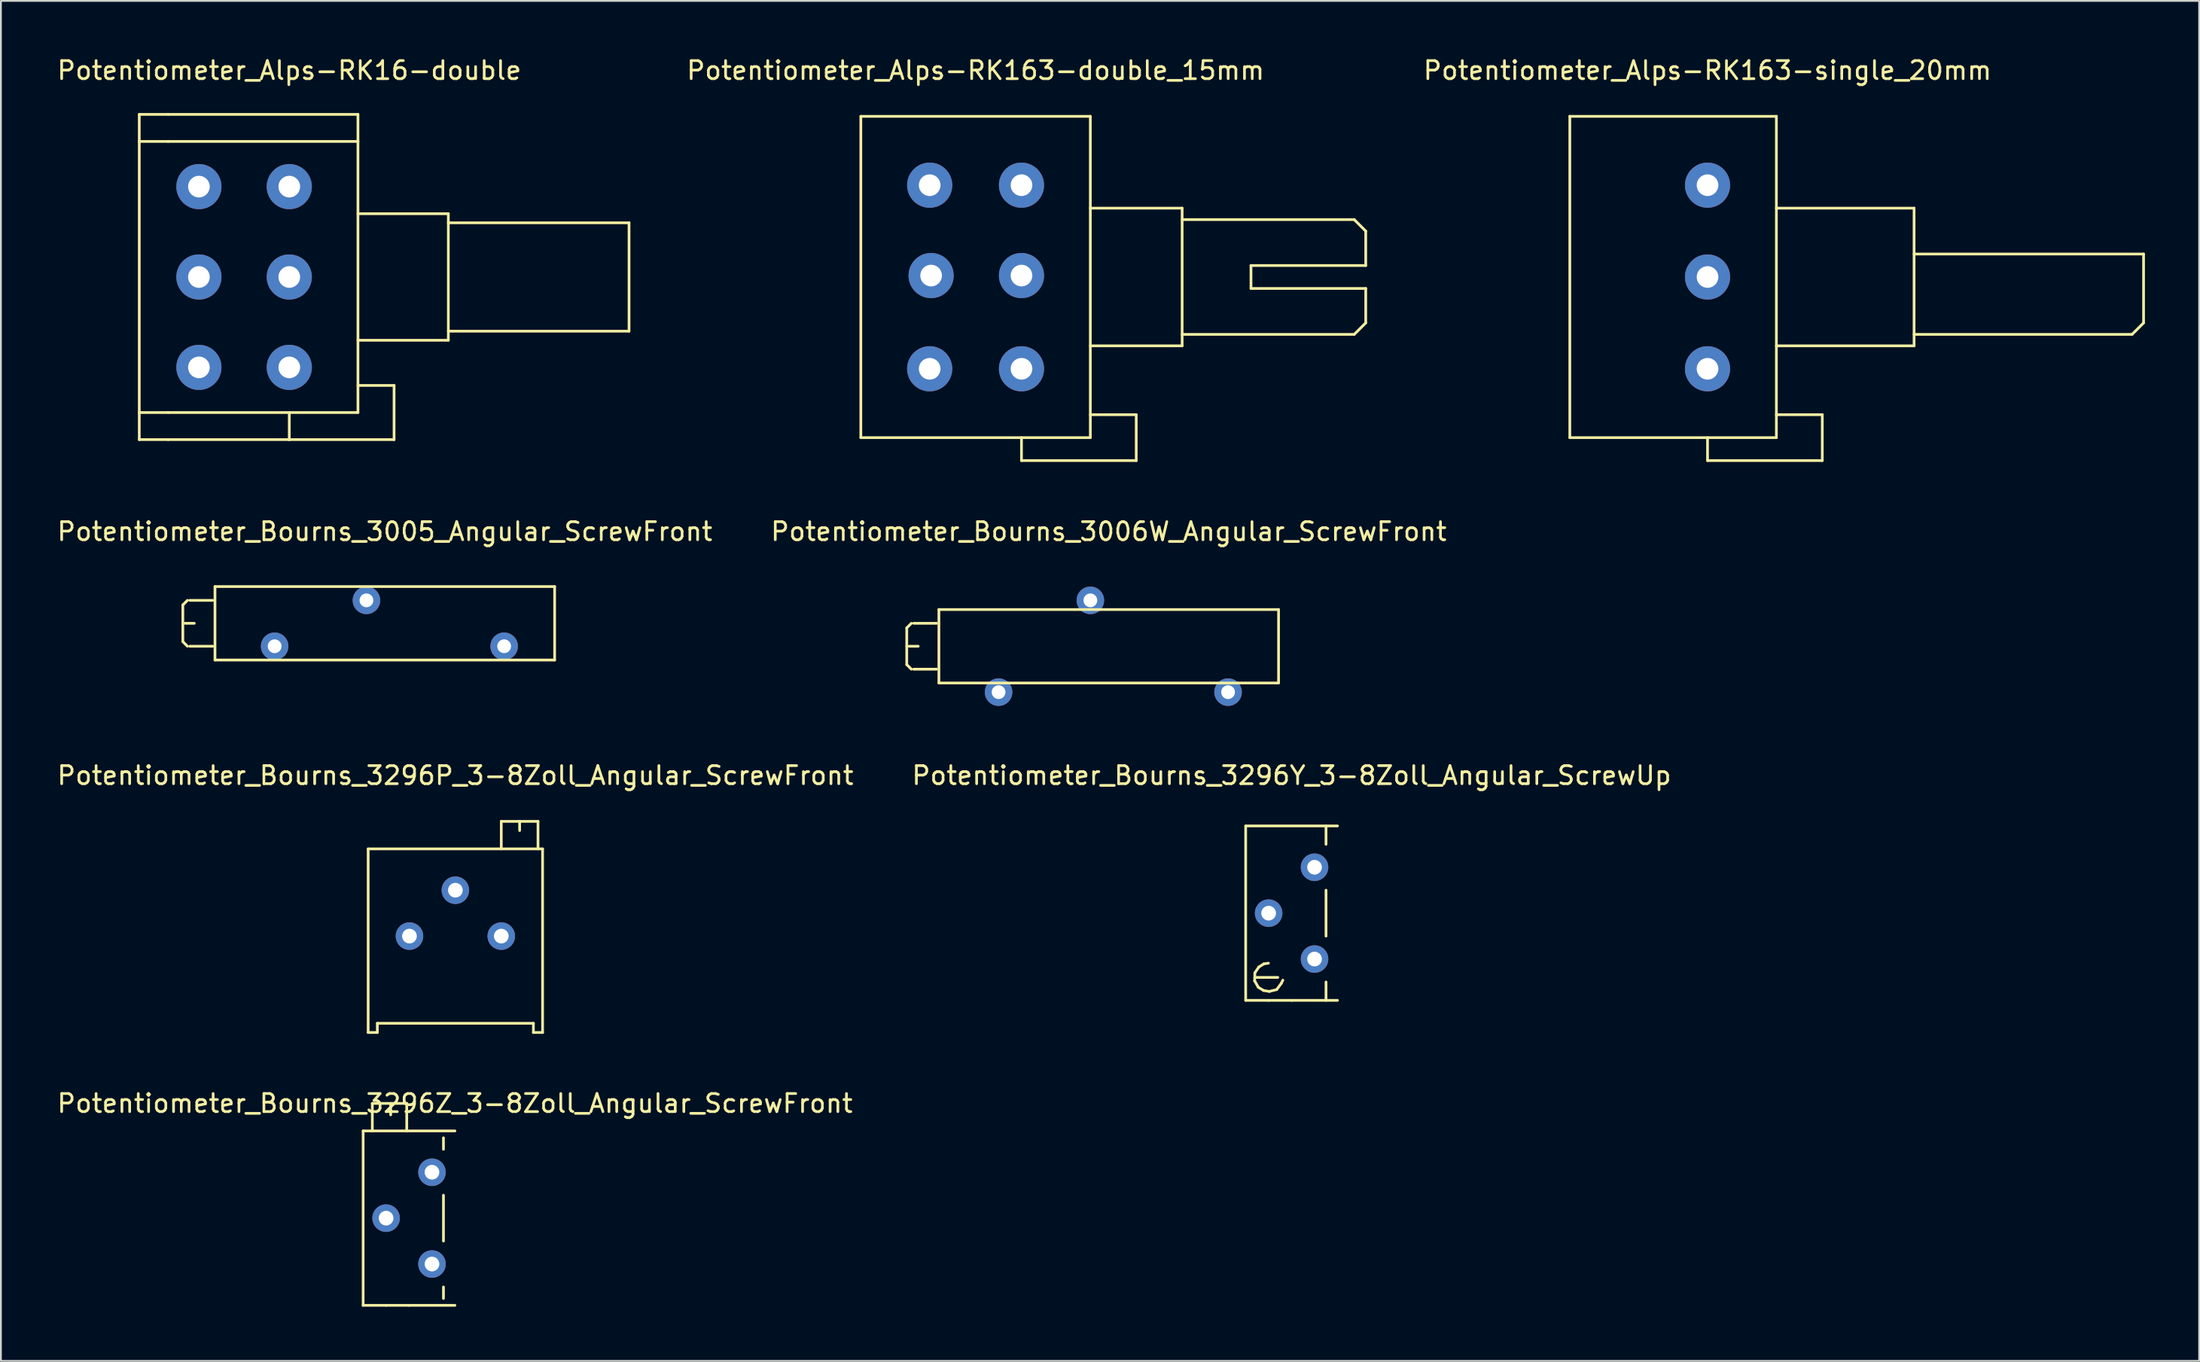
<source format=kicad_pcb>
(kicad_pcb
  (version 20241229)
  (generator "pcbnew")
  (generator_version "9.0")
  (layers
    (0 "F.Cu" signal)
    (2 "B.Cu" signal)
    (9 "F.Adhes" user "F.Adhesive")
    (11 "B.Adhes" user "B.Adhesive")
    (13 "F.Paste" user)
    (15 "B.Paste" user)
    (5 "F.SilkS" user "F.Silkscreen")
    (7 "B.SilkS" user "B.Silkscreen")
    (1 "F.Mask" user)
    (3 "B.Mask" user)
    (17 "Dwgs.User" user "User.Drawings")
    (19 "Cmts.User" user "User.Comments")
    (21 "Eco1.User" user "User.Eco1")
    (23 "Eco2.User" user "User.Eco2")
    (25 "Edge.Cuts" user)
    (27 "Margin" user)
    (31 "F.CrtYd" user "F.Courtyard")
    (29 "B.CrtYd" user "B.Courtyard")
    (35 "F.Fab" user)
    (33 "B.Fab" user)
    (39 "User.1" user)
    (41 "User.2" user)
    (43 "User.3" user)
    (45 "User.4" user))
  (footprint "Potentiometer_Bourns_3296P_3-8Zoll_Angular_ScrewFront"
    (layer "F.Cu")
    (at 24.689 48.752)
    (property "Reference" "Potentiometer_Bourns_3296P_3-8Zoll_Angular_ScrewFront" (at -2.54 -8.89 0) (layer "F.SilkS") (effects (font (size 1 1) (thickness 0.15))))
    (attr through_hole)
    (fp_line (start -7.366 -4.826) (end -7.366 5.334) (stroke (width 0.15) (type solid)) (layer "F.SilkS"))
    (fp_line (start -7.366 -4.826) (end 2.286 -4.826) (stroke (width 0.15) (type solid)) (layer "F.SilkS"))
    (fp_line (start -7.366 5.334) (end -6.858 5.334) (stroke (width 0.15) (type solid)) (layer "F.SilkS"))
    (fp_line (start -6.858 4.826) (end 1.778 4.826) (stroke (width 0.15) (type solid)) (layer "F.SilkS"))
    (fp_line (start -6.858 5.334) (end -6.858 4.826) (stroke (width 0.15) (type solid)) (layer "F.SilkS"))
    (fp_line (start 0 -6.35) (end 2.032 -6.35) (stroke (width 0.15) (type solid)) (layer "F.SilkS"))
    (fp_line (start 0 -4.826) (end 0 -6.35) (stroke (width 0.15) (type solid)) (layer "F.SilkS"))
    (fp_line (start 1.016 -6.35) (end 1.016 -5.842) (stroke (width 0.15) (type solid)) (layer "F.SilkS"))
    (fp_line (start 1.778 4.826) (end 1.778 5.334) (stroke (width 0.15) (type solid)) (layer "F.SilkS"))
    (fp_line (start 1.778 5.334) (end 2.286 5.334) (stroke (width 0.15) (type solid)) (layer "F.SilkS"))
    (fp_line (start 2.032 -4.826) (end 2.032 -6.35) (stroke (width 0.15) (type solid)) (layer "F.SilkS"))
    (fp_line (start 2.286 5.334) (end 2.286 -4.826) (stroke (width 0.15) (type solid)) (layer "F.SilkS"))
    (pad "1" thru_hole circle (at 0 0 90) (size 1.524 1.524) (drill 0.813) (layers "*.Cu" "*.Mask"))
    (pad "2" thru_hole circle (at -2.54 -2.54 90) (size 1.524 1.524) (drill 0.813) (layers "*.Cu" "*.Mask"))
    (pad "3" thru_hole circle (at -5.08 0 90) (size 1.524 1.524) (drill 0.813) (layers "*.Cu" "*.Mask")))
  (footprint "Potentiometer_Bourns_3006W_Angular_ScrewFront"
    (layer "F.Cu")
    (at 64.908 35.252)
    (property "Reference" "Potentiometer_Bourns_3006W_Angular_ScrewFront" (at -6.604 -8.89 0) (layer "F.SilkS") (effects (font (size 1 1) (thickness 0.15))))
    (attr through_hole)
    (fp_line (start -17.78 -3.556) (end -17.78 -2.54) (stroke (width 0.15) (type solid)) (layer "F.SilkS"))
    (fp_line (start -17.78 -2.54) (end -17.78 -1.524) (stroke (width 0.15) (type solid)) (layer "F.SilkS"))
    (fp_line (start -17.78 -1.524) (end -17.526 -1.27) (stroke (width 0.15) (type solid)) (layer "F.SilkS"))
    (fp_line (start -17.653 -2.54) (end -17.145 -2.54) (stroke (width 0.15) (type solid)) (layer "F.SilkS"))
    (fp_line (start -17.526 -3.81) (end -17.78 -3.556) (stroke (width 0.15) (type solid)) (layer "F.SilkS"))
    (fp_line (start -16.129 -3.81) (end -17.399 -3.81) (stroke (width 0.15) (type solid)) (layer "F.SilkS"))
    (fp_line (start -16.129 -1.27) (end -17.399 -1.27) (stroke (width 0.15) (type solid)) (layer "F.SilkS"))
    (fp_line (start -16.002 -0.508) (end -16.002 -4.572) (stroke (width 0.15) (type solid)) (layer "F.SilkS"))
    (fp_line (start -16.002 -0.508) (end 2.794 -0.508) (stroke (width 0.15) (type solid)) (layer "F.SilkS"))
    (fp_line (start 2.794 -4.572) (end -16.002 -4.572) (stroke (width 0.15) (type solid)) (layer "F.SilkS"))
    (fp_line (start 2.794 -0.508) (end 2.794 -4.572) (stroke (width 0.15) (type solid)) (layer "F.SilkS"))
    (pad "1" thru_hole circle (at 0 0) (size 1.524 1.524) (drill 0.762) (layers "*.Cu" "*.Mask"))
    (pad "2" thru_hole circle (at -7.62 -5.08) (size 1.524 1.524) (drill 0.762) (layers "*.Cu" "*.Mask"))
    (pad "3" thru_hole circle (at -12.7 0) (size 1.524 1.524) (drill 0.762) (layers "*.Cu" "*.Mask")))
  (footprint "Potentiometer_Alps-RK163-double_15mm"
    (layer "F.Cu")
    (at 53.476 17.358)
    (property "Reference" "Potentiometer_Alps-RK163-double_15mm" (at -2.54 -16.51 0) (layer "F.SilkS") (effects (font (size 1 1) (thickness 0.15))))
    (attr through_hole)
    (fp_line (start -8.89 3.81) (end -8.89 -13.97) (stroke (width 0.15) (type solid)) (layer "F.SilkS"))
    (fp_line (start 0 5.08) (end 0 3.81) (stroke (width 0.15) (type solid)) (layer "F.SilkS"))
    (fp_line (start 3.81 -13.97) (end -8.89 -13.97) (stroke (width 0.15) (type solid)) (layer "F.SilkS"))
    (fp_line (start 3.81 -13.97) (end 3.81 3.81) (stroke (width 0.15) (type solid)) (layer "F.SilkS"))
    (fp_line (start 3.81 -1.27) (end 8.89 -1.27) (stroke (width 0.15) (type solid)) (layer "F.SilkS"))
    (fp_line (start 3.81 2.54) (end 6.35 2.54) (stroke (width 0.15) (type solid)) (layer "F.SilkS"))
    (fp_line (start 3.81 3.81) (end -8.89 3.81) (stroke (width 0.15) (type solid)) (layer "F.SilkS"))
    (fp_line (start 6.35 2.54) (end 6.35 5.08) (stroke (width 0.15) (type solid)) (layer "F.SilkS"))
    (fp_line (start 6.35 5.08) (end 0 5.08) (stroke (width 0.15) (type solid)) (layer "F.SilkS"))
    (fp_line (start 8.89 -8.89) (end 3.81 -8.89) (stroke (width 0.15) (type solid)) (layer "F.SilkS"))
    (fp_line (start 8.89 -8.255) (end 18.415 -8.255) (stroke (width 0.15) (type solid)) (layer "F.SilkS"))
    (fp_line (start 8.89 -1.27) (end 8.89 -8.89) (stroke (width 0.15) (type solid)) (layer "F.SilkS"))
    (fp_line (start 12.7 -5.715) (end 19.05 -5.715) (stroke (width 0.15) (type solid)) (layer "F.SilkS"))
    (fp_line (start 12.7 -4.445) (end 12.7 -5.715) (stroke (width 0.15) (type solid)) (layer "F.SilkS"))
    (fp_line (start 12.7 -4.445) (end 19.05 -4.445) (stroke (width 0.15) (type solid)) (layer "F.SilkS"))
    (fp_line (start 18.415 -8.255) (end 19.05 -7.62) (stroke (width 0.15) (type solid)) (layer "F.SilkS"))
    (fp_line (start 18.415 -1.905) (end 8.89 -1.905) (stroke (width 0.15) (type solid)) (layer "F.SilkS"))
    (fp_line (start 19.05 -5.715) (end 19.05 -7.62) (stroke (width 0.15) (type solid)) (layer "F.SilkS"))
    (fp_line (start 19.05 -4.445) (end 19.05 -2.54) (stroke (width 0.15) (type solid)) (layer "F.SilkS"))
    (fp_line (start 19.05 -2.54) (end 18.415 -1.905) (stroke (width 0.15) (type solid)) (layer "F.SilkS"))
    (pad "11" thru_hole circle (at 0 0) (size 2.499 2.499) (drill 1.199) (layers "*.Cu" "*.Mask"))
    (pad "12" thru_hole circle (at 0 -5.159) (size 2.499 2.499) (drill 1.199) (layers "*.Cu" "*.Mask"))
    (pad "13" thru_hole circle (at 0 -10.16) (size 2.499 2.499) (drill 1.199) (layers "*.Cu" "*.Mask"))
    (pad "21" thru_hole circle (at -5.08 0) (size 2.499 2.499) (drill 1.199) (layers "*.Cu" "*.Mask"))
    (pad "22" thru_hole circle (at -5.001 -5.159) (size 2.499 2.499) (drill 1.199) (layers "*.Cu" "*.Mask"))
    (pad "23" thru_hole circle (at -5.08 -10.16) (size 2.499 2.499) (drill 1.199) (layers "*.Cu" "*.Mask")))
  (footprint "Potentiometer_Bourns_3296Y_3-8Zoll_Angular_ScrewUp"
    (layer "F.Cu")
    (at 69.693 50.022)
    (property "Reference" "Potentiometer_Bourns_3296Y_3-8Zoll_Angular_ScrewUp" (at -1.27 -10.16 0) (layer "F.SilkS") (effects (font (size 1 1) (thickness 0.15))))
    (attr through_hole)
    (fp_line (start -3.81 -7.366) (end 1.27 -7.366) (stroke (width 0.15) (type solid)) (layer "F.SilkS"))
    (fp_line (start -3.81 2.286) (end -3.81 -7.366) (stroke (width 0.15) (type solid)) (layer "F.SilkS"))
    (fp_line (start -3.315 1.206) (end -3.111 1.562) (stroke (width 0.15) (type solid)) (layer "F.SilkS"))
    (fp_line (start -3.302 0.762) (end -3.315 1.206) (stroke (width 0.15) (type solid)) (layer "F.SilkS"))
    (fp_line (start -3.302 1.016) (end -2.032 1.016) (stroke (width 0.15) (type solid)) (layer "F.SilkS"))
    (fp_line (start -3.111 1.562) (end -2.819 1.74) (stroke (width 0.15) (type solid)) (layer "F.SilkS"))
    (fp_line (start -3.086 0.445) (end -3.302 0.762) (stroke (width 0.15) (type solid)) (layer "F.SilkS"))
    (fp_line (start -2.819 1.74) (end -2.502 1.791) (stroke (width 0.15) (type solid)) (layer "F.SilkS"))
    (fp_line (start -2.807 0.267) (end -3.086 0.445) (stroke (width 0.15) (type solid)) (layer "F.SilkS"))
    (fp_line (start -2.553 0.229) (end -2.807 0.267) (stroke (width 0.15) (type solid)) (layer "F.SilkS"))
    (fp_line (start -2.54 2.286) (end -3.81 2.286) (stroke (width 0.15) (type solid)) (layer "F.SilkS"))
    (fp_line (start -2.502 1.791) (end -2.095 1.689) (stroke (width 0.15) (type solid)) (layer "F.SilkS"))
    (fp_line (start -2.095 1.689) (end -1.841 1.346) (stroke (width 0.15) (type solid)) (layer "F.SilkS"))
    (fp_line (start -1.841 1.346) (end -1.753 1.168) (stroke (width 0.15) (type solid)) (layer "F.SilkS"))
    (fp_line (start -1.27 2.286) (end -2.54 2.286) (stroke (width 0.15) (type solid)) (layer "F.SilkS"))
    (fp_line (start 0.635 -7.366) (end 0.635 -6.35) (stroke (width 0.15) (type solid)) (layer "F.SilkS"))
    (fp_line (start 0.635 -3.81) (end 0.635 -1.27) (stroke (width 0.15) (type solid)) (layer "F.SilkS"))
    (fp_line (start 0.635 1.27) (end 0.635 2.286) (stroke (width 0.15) (type solid)) (layer "F.SilkS"))
    (fp_line (start 1.27 2.286) (end -1.27 2.286) (stroke (width 0.15) (type solid)) (layer "F.SilkS"))
    (pad "1" thru_hole circle (at 0 0) (size 1.524 1.524) (drill 0.813) (layers "*.Cu" "*.Mask"))
    (pad "2" thru_hole circle (at -2.54 -2.54) (size 1.524 1.524) (drill 0.813) (layers "*.Cu" "*.Mask"))
    (pad "3" thru_hole circle (at 0 -5.08) (size 1.524 1.524) (drill 0.813) (layers "*.Cu" "*.Mask")))
  (footprint "Potentiometer_Alps-RK16-double"
    (layer "F.Cu")
    (at 12.958 7.277)
    (property "Reference" "Potentiometer_Alps-RK16-double" (at 0 -6.429 0) (layer "F.SilkS") (effects (font (size 1 1) (thickness 0.15))))
    (attr through_hole)
    (fp_line (start -8.301 -3.998) (end -8.301 -2.499) (stroke (width 0.15) (type solid)) (layer "F.SilkS"))
    (fp_line (start -8.301 -2.499) (end -8.301 12.502) (stroke (width 0.15) (type solid)) (layer "F.SilkS"))
    (fp_line (start -8.301 12.502) (end -6.701 12.502) (stroke (width 0.15) (type solid)) (layer "F.SilkS"))
    (fp_line (start -8.301 14) (end -8.301 12.502) (stroke (width 0.15) (type solid)) (layer "F.SilkS"))
    (fp_line (start -6.701 -3.998) (end -8.301 -3.998) (stroke (width 0.15) (type solid)) (layer "F.SilkS"))
    (fp_line (start -6.701 -2.499) (end -8.301 -2.499) (stroke (width 0.15) (type solid)) (layer "F.SilkS"))
    (fp_line (start -6.701 12.502) (end 3.8 12.502) (stroke (width 0.15) (type solid)) (layer "F.SilkS"))
    (fp_line (start -6.701 14) (end -8.301 14) (stroke (width 0.15) (type solid)) (layer "F.SilkS"))
    (fp_line (start 0 14) (end -6.701 14) (stroke (width 0.15) (type solid)) (layer "F.SilkS"))
    (fp_line (start 0 14) (end 0 12.502) (stroke (width 0.15) (type solid)) (layer "F.SilkS"))
    (fp_line (start 3.8 -3.998) (end -6.701 -3.998) (stroke (width 0.15) (type solid)) (layer "F.SilkS"))
    (fp_line (start 3.8 -2.499) (end -6.701 -2.499) (stroke (width 0.15) (type solid)) (layer "F.SilkS"))
    (fp_line (start 3.8 -2.499) (end 3.8 -3.998) (stroke (width 0.15) (type solid)) (layer "F.SilkS"))
    (fp_line (start 3.8 1.501) (end 8.801 1.501) (stroke (width 0.15) (type solid)) (layer "F.SilkS"))
    (fp_line (start 3.8 11.001) (end 5.799 11.001) (stroke (width 0.15) (type solid)) (layer "F.SilkS"))
    (fp_line (start 3.8 12.502) (end 3.8 -2.499) (stroke (width 0.15) (type solid)) (layer "F.SilkS"))
    (fp_line (start 5.799 11.001) (end 5.799 14) (stroke (width 0.15) (type solid)) (layer "F.SilkS"))
    (fp_line (start 5.799 14) (end 0 14) (stroke (width 0.15) (type solid)) (layer "F.SilkS"))
    (fp_line (start 8.801 1.501) (end 8.801 8.501) (stroke (width 0.15) (type solid)) (layer "F.SilkS"))
    (fp_line (start 8.801 2.002) (end 18.801 2.002) (stroke (width 0.15) (type solid)) (layer "F.SilkS"))
    (fp_line (start 8.801 8.501) (end 3.8 8.501) (stroke (width 0.15) (type solid)) (layer "F.SilkS"))
    (fp_line (start 18.801 2.002) (end 18.801 8.001) (stroke (width 0.15) (type solid)) (layer "F.SilkS"))
    (fp_line (start 18.801 8.001) (end 8.801 8.001) (stroke (width 0.15) (type solid)) (layer "F.SilkS"))
    (pad "11" thru_hole circle (at 0 0) (size 2.499 2.499) (drill 1.199) (layers "*.Cu" "*.Mask"))
    (pad "12" thru_hole circle (at 0 5.001) (size 2.499 2.499) (drill 1.199) (layers "*.Cu" "*.Mask"))
    (pad "13" thru_hole circle (at 0 10.003) (size 2.499 2.499) (drill 1.199) (layers "*.Cu" "*.Mask"))
    (pad "21" thru_hole circle (at -5.001 0) (size 2.499 2.499) (drill 1.199) (layers "*.Cu" "*.Mask"))
    (pad "22" thru_hole circle (at -5.001 5.001) (size 2.499 2.499) (drill 1.199) (layers "*.Cu" "*.Mask"))
    (pad "23" thru_hole circle (at -5.001 10.003) (size 2.499 2.499) (drill 1.199) (layers "*.Cu" "*.Mask")))
  (footprint "Potentiometer_Bourns_3296Z_3-8Zoll_Angular_ScrewFront"
    (layer "F.Cu")
    (at 20.855 66.899)
    (property "Reference" "Potentiometer_Bourns_3296Z_3-8Zoll_Angular_ScrewFront" (at 1.27 -8.89 0) (layer "F.SilkS") (effects (font (size 1 1) (thickness 0.15))))
    (attr through_hole)
    (fp_line (start -3.81 -7.366) (end 1.27 -7.366) (stroke (width 0.15) (type solid)) (layer "F.SilkS"))
    (fp_line (start -3.81 2.286) (end -3.81 -7.366) (stroke (width 0.15) (type solid)) (layer "F.SilkS"))
    (fp_line (start -3.302 -8.89) (end -1.397 -8.89) (stroke (width 0.15) (type solid)) (layer "F.SilkS"))
    (fp_line (start -3.302 -7.366) (end -3.302 -8.89) (stroke (width 0.15) (type solid)) (layer "F.SilkS"))
    (fp_line (start -2.54 2.286) (end -3.81 2.286) (stroke (width 0.15) (type solid)) (layer "F.SilkS"))
    (fp_line (start -2.286 -8.89) (end -2.286 -8.255) (stroke (width 0.15) (type solid)) (layer "F.SilkS"))
    (fp_line (start -1.397 -8.89) (end -1.397 -7.366) (stroke (width 0.15) (type solid)) (layer "F.SilkS"))
    (fp_line (start -1.27 2.286) (end -2.54 2.286) (stroke (width 0.15) (type solid)) (layer "F.SilkS"))
    (fp_line (start 0.635 -6.985) (end 0.635 -6.35) (stroke (width 0.15) (type solid)) (layer "F.SilkS"))
    (fp_line (start 0.635 -3.81) (end 0.635 -1.27) (stroke (width 0.15) (type solid)) (layer "F.SilkS"))
    (fp_line (start 0.635 1.27) (end 0.635 1.905) (stroke (width 0.15) (type solid)) (layer "F.SilkS"))
    (fp_line (start 1.27 2.286) (end -1.27 2.286) (stroke (width 0.15) (type solid)) (layer "F.SilkS"))
    (pad "1" thru_hole circle (at 0 0) (size 1.524 1.524) (drill 0.813) (layers "*.Cu" "*.Mask"))
    (pad "2" thru_hole circle (at -2.54 -2.54) (size 1.524 1.524) (drill 0.813) (layers "*.Cu" "*.Mask"))
    (pad "3" thru_hole circle (at 0 -5.08) (size 1.524 1.524) (drill 0.813) (layers "*.Cu" "*.Mask")))
  (footprint "Potentiometer_Alps-RK163-single_20mm"
    (layer "F.Cu")
    (at 91.44 17.358)
    (property "Reference" "Potentiometer_Alps-RK163-single_20mm" (at 0 -16.51 0) (layer "F.SilkS") (effects (font (size 1 1) (thickness 0.15))))
    (attr through_hole)
    (fp_line (start -7.62 -13.97) (end 3.81 -13.97) (stroke (width 0.15) (type solid)) (layer "F.SilkS"))
    (fp_line (start -7.62 3.81) (end -7.62 -13.97) (stroke (width 0.15) (type solid)) (layer "F.SilkS"))
    (fp_line (start 0 5.08) (end 0 3.81) (stroke (width 0.15) (type solid)) (layer "F.SilkS"))
    (fp_line (start 0 5.08) (end 6.35 5.08) (stroke (width 0.15) (type solid)) (layer "F.SilkS"))
    (fp_line (start 3.81 -13.97) (end 3.81 3.81) (stroke (width 0.15) (type solid)) (layer "F.SilkS"))
    (fp_line (start 3.81 -1.27) (end 11.43 -1.27) (stroke (width 0.15) (type solid)) (layer "F.SilkS"))
    (fp_line (start 3.81 3.81) (end -7.62 3.81) (stroke (width 0.15) (type solid)) (layer "F.SilkS"))
    (fp_line (start 6.35 2.54) (end 3.81 2.54) (stroke (width 0.15) (type solid)) (layer "F.SilkS"))
    (fp_line (start 6.35 5.08) (end 6.35 2.54) (stroke (width 0.15) (type solid)) (layer "F.SilkS"))
    (fp_line (start 11.43 -8.89) (end 3.81 -8.89) (stroke (width 0.15) (type solid)) (layer "F.SilkS"))
    (fp_line (start 11.43 -1.27) (end 11.43 -8.89) (stroke (width 0.15) (type solid)) (layer "F.SilkS"))
    (fp_line (start 23.495 -1.905) (end 11.43 -1.905) (stroke (width 0.15) (type solid)) (layer "F.SilkS"))
    (fp_line (start 24.13 -6.35) (end 11.43 -6.35) (stroke (width 0.15) (type solid)) (layer "F.SilkS"))
    (fp_line (start 24.13 -2.54) (end 23.495 -1.905) (stroke (width 0.15) (type solid)) (layer "F.SilkS"))
    (fp_line (start 24.13 -2.54) (end 24.13 -6.35) (stroke (width 0.15) (type solid)) (layer "F.SilkS"))
    (pad "1" thru_hole circle (at 0 0) (size 2.499 2.499) (drill 1.199) (layers "*.Cu" "*.Mask"))
    (pad "2" thru_hole circle (at 0 -5.08) (size 2.499 2.499) (drill 1.199) (layers "*.Cu" "*.Mask"))
    (pad "3" thru_hole circle (at 0 -10.16) (size 2.499 2.499) (drill 1.199) (layers "*.Cu" "*.Mask")))
  (footprint "Potentiometer_Bourns_3005_Angular_ScrewFront"
    (layer "F.Cu")
    (at 24.848 32.712)
    (property "Reference" "Potentiometer_Bourns_3005_Angular_ScrewFront" (at -6.604 -6.35 0) (layer "F.SilkS") (effects (font (size 1 1) (thickness 0.15))))
    (attr through_hole)
    (fp_line (start -17.78 -2.286) (end -17.78 -1.27) (stroke (width 0.15) (type solid)) (layer "F.SilkS"))
    (fp_line (start -17.78 -1.27) (end -17.78 -0.254) (stroke (width 0.15) (type solid)) (layer "F.SilkS"))
    (fp_line (start -17.78 -0.254) (end -17.526 0) (stroke (width 0.15) (type solid)) (layer "F.SilkS"))
    (fp_line (start -17.653 -1.27) (end -17.145 -1.27) (stroke (width 0.15) (type solid)) (layer "F.SilkS"))
    (fp_line (start -17.526 -2.54) (end -17.78 -2.286) (stroke (width 0.15) (type solid)) (layer "F.SilkS"))
    (fp_line (start -16.129 -2.54) (end -17.399 -2.54) (stroke (width 0.15) (type solid)) (layer "F.SilkS"))
    (fp_line (start -16.129 0) (end -17.399 0) (stroke (width 0.15) (type solid)) (layer "F.SilkS"))
    (fp_line (start -16.002 0.762) (end -16.002 -3.302) (stroke (width 0.15) (type solid)) (layer "F.SilkS"))
    (fp_line (start -16.002 0.762) (end 2.794 0.762) (stroke (width 0.15) (type solid)) (layer "F.SilkS"))
    (fp_line (start 2.794 -3.302) (end -16.002 -3.302) (stroke (width 0.15) (type solid)) (layer "F.SilkS"))
    (fp_line (start 2.794 0.762) (end 2.794 -3.302) (stroke (width 0.15) (type solid)) (layer "F.SilkS"))
    (pad "1" thru_hole circle (at 0 0) (size 1.524 1.524) (drill 0.762) (layers "*.Cu" "*.Mask"))
    (pad "2" thru_hole circle (at -7.62 -2.54) (size 1.524 1.524) (drill 0.762) (layers "*.Cu" "*.Mask"))
    (pad "3" thru_hole circle (at -12.7 0) (size 1.524 1.524) (drill 0.762) (layers "*.Cu" "*.Mask")))
  (gr_rect
    (start -3 -3)
    (end 118.645 72.26)
    (stroke (width 0.1) (type default))
    (fill no)
    (layer "Edge.Cuts")))
</source>
